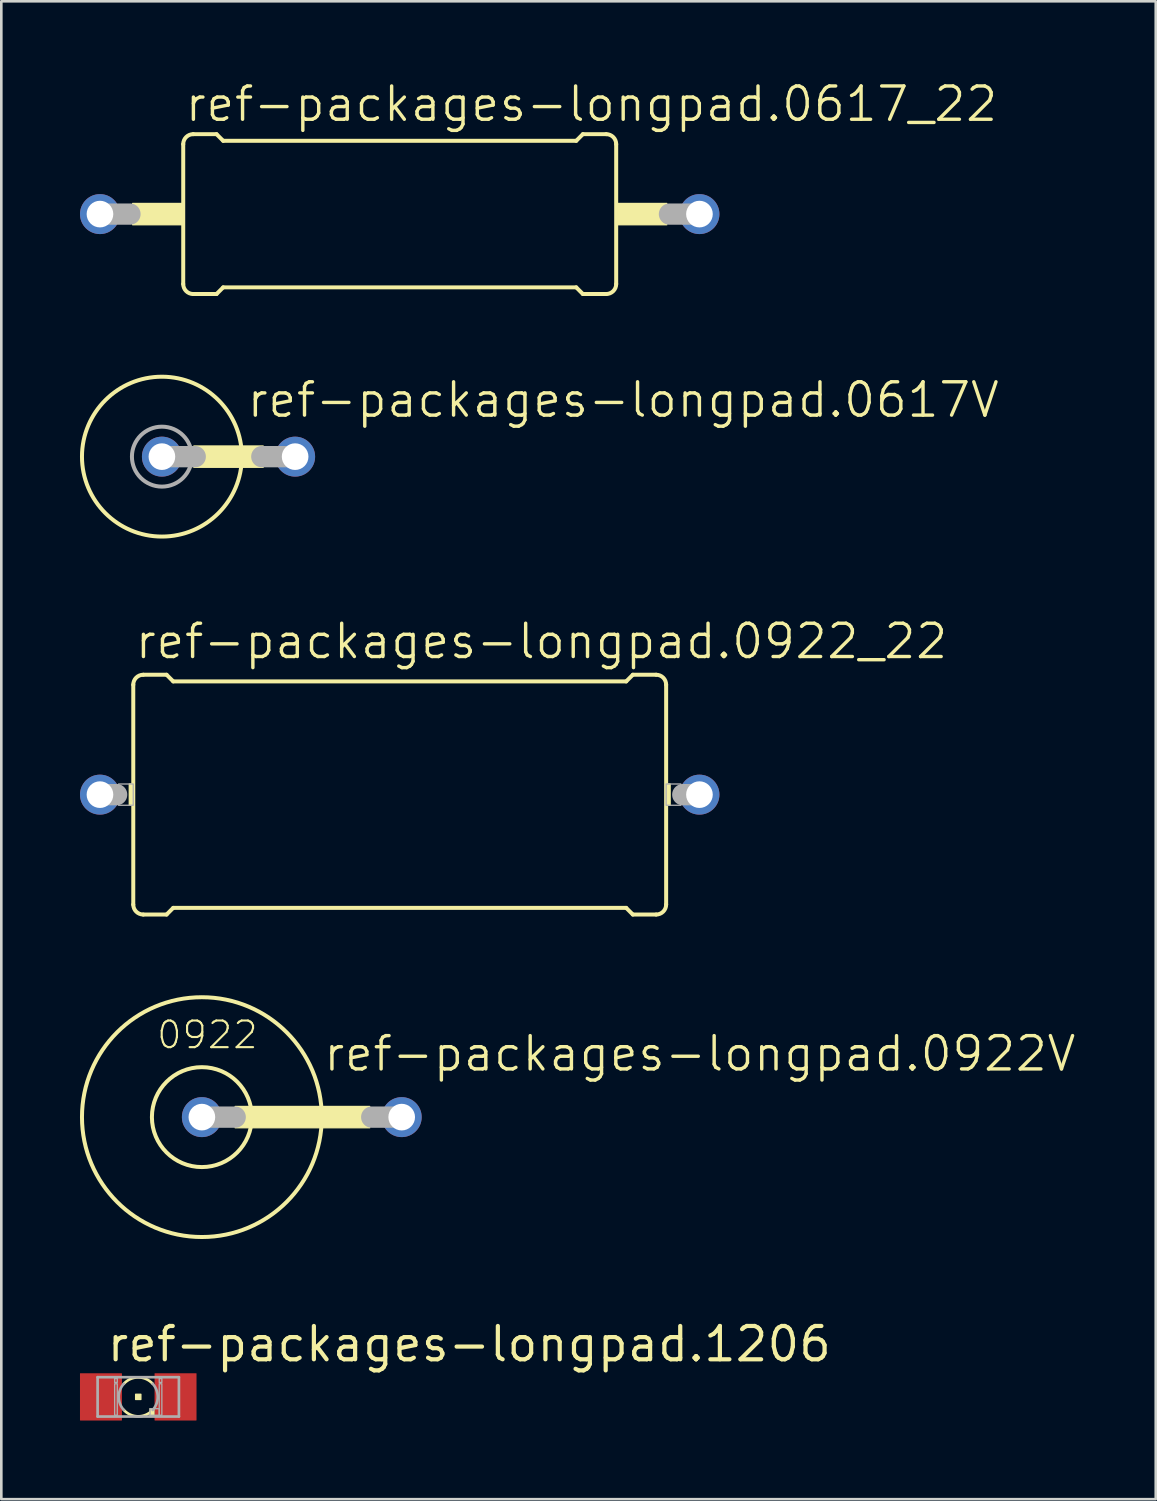
<source format=kicad_pcb>
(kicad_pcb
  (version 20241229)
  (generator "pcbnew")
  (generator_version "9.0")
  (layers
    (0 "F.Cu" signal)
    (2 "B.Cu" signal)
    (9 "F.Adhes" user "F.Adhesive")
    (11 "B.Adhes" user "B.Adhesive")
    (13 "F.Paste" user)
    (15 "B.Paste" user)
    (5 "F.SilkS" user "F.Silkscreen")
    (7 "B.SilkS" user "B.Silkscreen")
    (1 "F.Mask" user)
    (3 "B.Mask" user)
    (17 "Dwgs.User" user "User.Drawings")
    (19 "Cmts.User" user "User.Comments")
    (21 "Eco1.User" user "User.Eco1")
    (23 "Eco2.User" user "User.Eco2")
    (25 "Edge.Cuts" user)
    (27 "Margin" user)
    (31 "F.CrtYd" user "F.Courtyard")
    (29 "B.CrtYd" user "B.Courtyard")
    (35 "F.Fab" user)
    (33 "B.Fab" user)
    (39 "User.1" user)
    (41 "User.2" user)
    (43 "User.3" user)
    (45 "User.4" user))
  (footprint "ref-packages-longpad.0617V"
    (layer "F.Cu")
    (at 5.664 14.363)
    (property "Reference" "ref-packages-longpad.0617V" (at 0.635 -1.422 0) (layer "F.SilkS") (effects (font (size 1.27 1.27) (thickness 0.13)) (justify left bottom)))
    (attr through_hole)
    (fp_rect (start -1.321 0.406) (end 1.321 -0.406) (stroke (width 0.05) (type default)) (fill yes) (layer "F.SilkS"))
    (fp_circle (center -2.54 0) (end 0.508 0) (stroke (width 0.152) (type default)) (fill no) (layer "F.SilkS"))
    (fp_line (start -2.54 0) (end -1.27 0) (stroke (width 0.813) (type default)) (layer "F.Fab"))
    (fp_line (start 1.27 0) (end 2.54 0) (stroke (width 0.813) (type default)) (layer "F.Fab"))
    (fp_circle (center -2.54 0) (end -1.397 0) (stroke (width 0.152) (type default)) (fill no) (layer "F.Fab"))
    (pad "1" thru_hole circle (at -2.54 0) (size 1.524 1.524) (drill 1.016) (layers "*.Cu" "*.Mask"))
    (pad "2" thru_hole circle (at 2.54 0) (size 1.524 1.524) (drill 1.016) (layers "*.Cu" "*.Mask")))
  (footprint "ref-packages-longpad.0922V"
    (layer "F.Cu")
    (at 9.728 39.549)
    (property "Reference" "ref-packages-longpad.0922V" (at -0.508 -1.676 0) (layer "F.SilkS") (effects (font (size 1.27 1.27) (thickness 0.13)) (justify left bottom)))
    (attr through_hole)
    (fp_rect (start -3.81 0.406) (end 1.321 -0.406) (stroke (width 0.05) (type default)) (fill yes) (layer "F.SilkS"))
    (fp_circle (center -5.08 0) (end -3.175 0) (stroke (width 0.152) (type default)) (fill no) (layer "F.SilkS"))
    (fp_circle (center -5.08 0) (end -0.508 0) (stroke (width 0.152) (type default)) (fill no) (layer "F.SilkS"))
    (fp_line (start -5.08 0) (end -3.81 0) (stroke (width 0.813) (type default)) (layer "F.Fab"))
    (fp_line (start 2.54 0) (end 1.397 0) (stroke (width 0.813) (type default)) (layer "F.Fab"))
    (fp_text user "0922" (at -6.858 -2.54 0) (layer "F.SilkS") (effects (font (size 1.016 1.016) (thickness 0.08)) (justify left bottom)))
    (pad "1" thru_hole circle (at -5.08 0) (size 1.524 1.524) (drill 1.016) (layers "*.Cu" "*.Mask"))
    (pad "2" thru_hole circle (at 2.54 0) (size 1.524 1.524) (drill 1.016) (layers "*.Cu" "*.Mask")))
  (footprint "ref-packages-longpad.0617_22"
    (layer "F.Cu")
    (at 12.192 5.114)
    (property "Reference" "ref-packages-longpad.0617_22" (at -8.255 -3.454 0) (layer "F.SilkS") (effects (font (size 1.27 1.27) (thickness 0.13)) (justify left bottom)))
    (attr through_hole)
    (fp_line (start -8.255 2.667) (end -8.255 -2.667) (stroke (width 0.152) (type default)) (layer "F.SilkS"))
    (fp_line (start -7.874 -3.048) (end -6.985 -3.048) (stroke (width 0.152) (type default)) (layer "F.SilkS"))
    (fp_line (start -7.874 3.048) (end -6.985 3.048) (stroke (width 0.152) (type default)) (layer "F.SilkS"))
    (fp_line (start -6.731 -2.794) (end -6.985 -3.048) (stroke (width 0.152) (type default)) (layer "F.SilkS"))
    (fp_line (start -6.731 2.794) (end -6.985 3.048) (stroke (width 0.152) (type default)) (layer "F.SilkS"))
    (fp_line (start 6.731 -2.794) (end -6.731 -2.794) (stroke (width 0.152) (type default)) (layer "F.SilkS"))
    (fp_line (start 6.731 -2.794) (end 6.985 -3.048) (stroke (width 0.152) (type default)) (layer "F.SilkS"))
    (fp_line (start 6.731 2.794) (end -6.731 2.794) (stroke (width 0.152) (type default)) (layer "F.SilkS"))
    (fp_line (start 6.731 2.794) (end 6.985 3.048) (stroke (width 0.152) (type default)) (layer "F.SilkS"))
    (fp_line (start 7.874 -3.048) (end 6.985 -3.048) (stroke (width 0.152) (type default)) (layer "F.SilkS"))
    (fp_line (start 7.874 3.048) (end 6.985 3.048) (stroke (width 0.152) (type default)) (layer "F.SilkS"))
    (fp_line (start 8.255 2.667) (end 8.255 -2.667) (stroke (width 0.152) (type default)) (layer "F.SilkS"))
    (fp_rect (start -10.185 0.406) (end -8.255 -0.406) (stroke (width 0.05) (type default)) (fill yes) (layer "F.SilkS"))
    (fp_rect (start 8.255 0.406) (end 10.185 -0.406) (stroke (width 0.05) (type default)) (fill yes) (layer "F.SilkS"))
    (fp_arc (start -8.255 -2.667) (mid -8.143408 -2.936408) (end -7.874 -3.048) (stroke (width 0.1524) (type default)) (layer "F.SilkS"))
    (fp_arc (start -7.874 3.048) (mid -8.143408 2.936408) (end -8.255 2.667) (stroke (width 0.1524) (type default)) (layer "F.SilkS"))
    (fp_arc (start 7.874 -3.048) (mid 8.143408 -2.936408) (end 8.255 -2.667) (stroke (width 0.1524) (type default)) (layer "F.SilkS"))
    (fp_arc (start 8.255 2.667) (mid 8.143408 2.936408) (end 7.874 3.048) (stroke (width 0.1524) (type default)) (layer "F.SilkS"))
    (fp_line (start -10.287 0) (end -11.43 0) (stroke (width 0.813) (type default)) (layer "F.Fab"))
    (fp_line (start 11.43 0) (end 10.287 0) (stroke (width 0.813) (type default)) (layer "F.Fab"))
    (pad "1" thru_hole circle (at -11.43 0) (size 1.524 1.524) (drill 1.016) (layers "*.Cu" "*.Mask"))
    (pad "2" thru_hole circle (at 11.43 0) (size 1.524 1.524) (drill 1.016) (layers "*.Cu" "*.Mask")))
  (footprint "ref-packages-longpad.0922_22"
    (layer "F.Cu")
    (at 12.192 27.252)
    (property "Reference" "ref-packages-longpad.0922_22" (at -10.16 -5.105 0) (layer "F.SilkS") (effects (font (size 1.27 1.27) (thickness 0.13)) (justify left bottom)))
    (attr through_hole)
    (fp_line (start -10.16 4.191) (end -10.16 -4.191) (stroke (width 0.152) (type default)) (layer "F.SilkS"))
    (fp_line (start -9.779 -4.572) (end -8.89 -4.572) (stroke (width 0.152) (type default)) (layer "F.SilkS"))
    (fp_line (start -9.779 4.572) (end -8.89 4.572) (stroke (width 0.152) (type default)) (layer "F.SilkS"))
    (fp_line (start -8.636 -4.318) (end -8.89 -4.572) (stroke (width 0.152) (type default)) (layer "F.SilkS"))
    (fp_line (start -8.636 4.318) (end -8.89 4.572) (stroke (width 0.152) (type default)) (layer "F.SilkS"))
    (fp_line (start 8.636 -4.318) (end -8.636 -4.318) (stroke (width 0.152) (type default)) (layer "F.SilkS"))
    (fp_line (start 8.636 -4.318) (end 8.89 -4.572) (stroke (width 0.152) (type default)) (layer "F.SilkS"))
    (fp_line (start 8.636 4.318) (end -8.636 4.318) (stroke (width 0.152) (type default)) (layer "F.SilkS"))
    (fp_line (start 8.636 4.318) (end 8.89 4.572) (stroke (width 0.152) (type default)) (layer "F.SilkS"))
    (fp_line (start 9.779 -4.572) (end 8.89 -4.572) (stroke (width 0.152) (type default)) (layer "F.SilkS"))
    (fp_line (start 9.779 4.572) (end 8.89 4.572) (stroke (width 0.152) (type default)) (layer "F.SilkS"))
    (fp_line (start 10.16 4.191) (end 10.16 -4.191) (stroke (width 0.152) (type default)) (layer "F.SilkS"))
    (fp_rect (start -10.312 0.406) (end -10.16 -0.406) (stroke (width 0.05) (type default)) (fill yes) (layer "F.SilkS"))
    (fp_rect (start 10.16 0.406) (end 10.312 -0.406) (stroke (width 0.05) (type default)) (fill yes) (layer "F.SilkS"))
    (fp_arc (start -10.16 -4.191) (mid -10.048408 -4.460408) (end -9.779 -4.572) (stroke (width 0.1524) (type default)) (layer "F.SilkS"))
    (fp_arc (start -9.779 4.572) (mid -10.048408 4.460408) (end -10.16 4.191) (stroke (width 0.1524) (type default)) (layer "F.SilkS"))
    (fp_arc (start 9.779 -4.572) (mid 10.048408 -4.460408) (end 10.16 -4.191) (stroke (width 0.1524) (type default)) (layer "F.SilkS"))
    (fp_arc (start 10.16 4.191) (mid 10.048408 4.460408) (end 9.779 4.572) (stroke (width 0.1524) (type default)) (layer "F.SilkS"))
    (fp_line (start -11.43 0) (end -10.795 0) (stroke (width 0.813) (type default)) (layer "F.Fab"))
    (fp_line (start 11.43 0) (end 10.795 0) (stroke (width 0.813) (type default)) (layer "F.Fab"))
    (fp_rect (start -10.719 0.406) (end -10.16 -0.406) (stroke (width 0.05) (type default)) (fill no) (layer "F.Fab"))
    (fp_rect (start 10.16 0.406) (end 10.719 -0.406) (stroke (width 0.05) (type default)) (fill no) (layer "F.Fab"))
    (pad "1" thru_hole circle (at -11.43 0) (size 1.524 1.524) (drill 1.016) (layers "*.Cu" "*.Mask"))
    (pad "2" thru_hole circle (at 11.43 0) (size 1.524 1.524) (drill 1.016) (layers "*.Cu" "*.Mask")))
  (footprint "ref-packages-longpad.1206"
    (layer "F.Cu")
    (at 2.222 50.217)
    (property "Reference" "ref-packages-longpad.1206" (at -1.27 -1.27 0) (layer "F.SilkS") (effects (font (size 1.27 1.27) (thickness 0.16)) (justify left bottom)))
    (attr smd)
    (fp_rect (start -0.1 0.1) (end 0.1 -0.1) (stroke (width 0.05) (type default)) (fill yes) (layer "F.SilkS"))
    (fp_rect (start 0.45 0.7) (end 0.6 0.45) (stroke (width 0.05) (type default)) (fill yes) (layer "F.SilkS"))
    (fp_arc (start -0.55 -0.5) (mid 0 -0.743303) (end 0.55 -0.5) (stroke (width 0.1016) (type default)) (layer "F.SilkS"))
    (fp_arc (start 0.55 0.5) (mid 0 0.743303) (end -0.55 0.5) (stroke (width 0.1016) (type default)) (layer "F.SilkS"))
    (fp_line (start -1.55 -0.75) (end 1.55 -0.75) (stroke (width 0.102) (type default)) (layer "F.Fab"))
    (fp_line (start -1.55 0.75) (end -1.55 -0.75) (stroke (width 0.102) (type default)) (layer "F.Fab"))
    (fp_line (start 1.55 -0.75) (end 1.55 0.75) (stroke (width 0.102) (type default)) (layer "F.Fab"))
    (fp_line (start 1.55 0.75) (end -1.55 0.75) (stroke (width 0.102) (type default)) (layer "F.Fab"))
    (fp_rect (start -0.9 -0.55) (end -0.8 -0.7) (stroke (width 0.05) (type default)) (fill no) (layer "F.Fab"))
    (fp_rect (start -0.9 0.7) (end -0.8 -0.5) (stroke (width 0.05) (type default)) (fill no) (layer "F.Fab"))
    (fp_rect (start 0.45 0.7) (end 0.8 0.45) (stroke (width 0.05) (type default)) (fill no) (layer "F.Fab"))
    (fp_rect (start 0.8 -0.55) (end 0.9 -0.7) (stroke (width 0.05) (type default)) (fill no) (layer "F.Fab"))
    (fp_rect (start 0.8 0.7) (end 0.9 -0.5) (stroke (width 0.05) (type default)) (fill no) (layer "F.Fab"))
    (fp_arc (start -0.55 0.5) (mid -0.743303 0) (end -0.55 -0.5) (stroke (width 0.1016) (type default)) (layer "F.Fab"))
    (fp_arc (start 0.55 -0.5) (mid 0.743303 0) (end 0.55 0.5) (stroke (width 0.1016) (type default)) (layer "F.Fab"))
    (pad "A" smd roundrect (at -1.422 0) (size 1.6 1.803) (layers "F.Cu" "F.Mask" "F.Paste") (roundrect_rratio 0.01))
    (pad "C" smd roundrect (at 1.422 0) (size 1.6 1.803) (layers "F.Cu" "F.Mask" "F.Paste") (roundrect_rratio 0.01)))
  (gr_rect
    (start -3 -3)
    (end 41.022 54.118)
    (stroke (width 0.1) (type default))
    (fill no)
    (layer "Edge.Cuts")))
</source>
